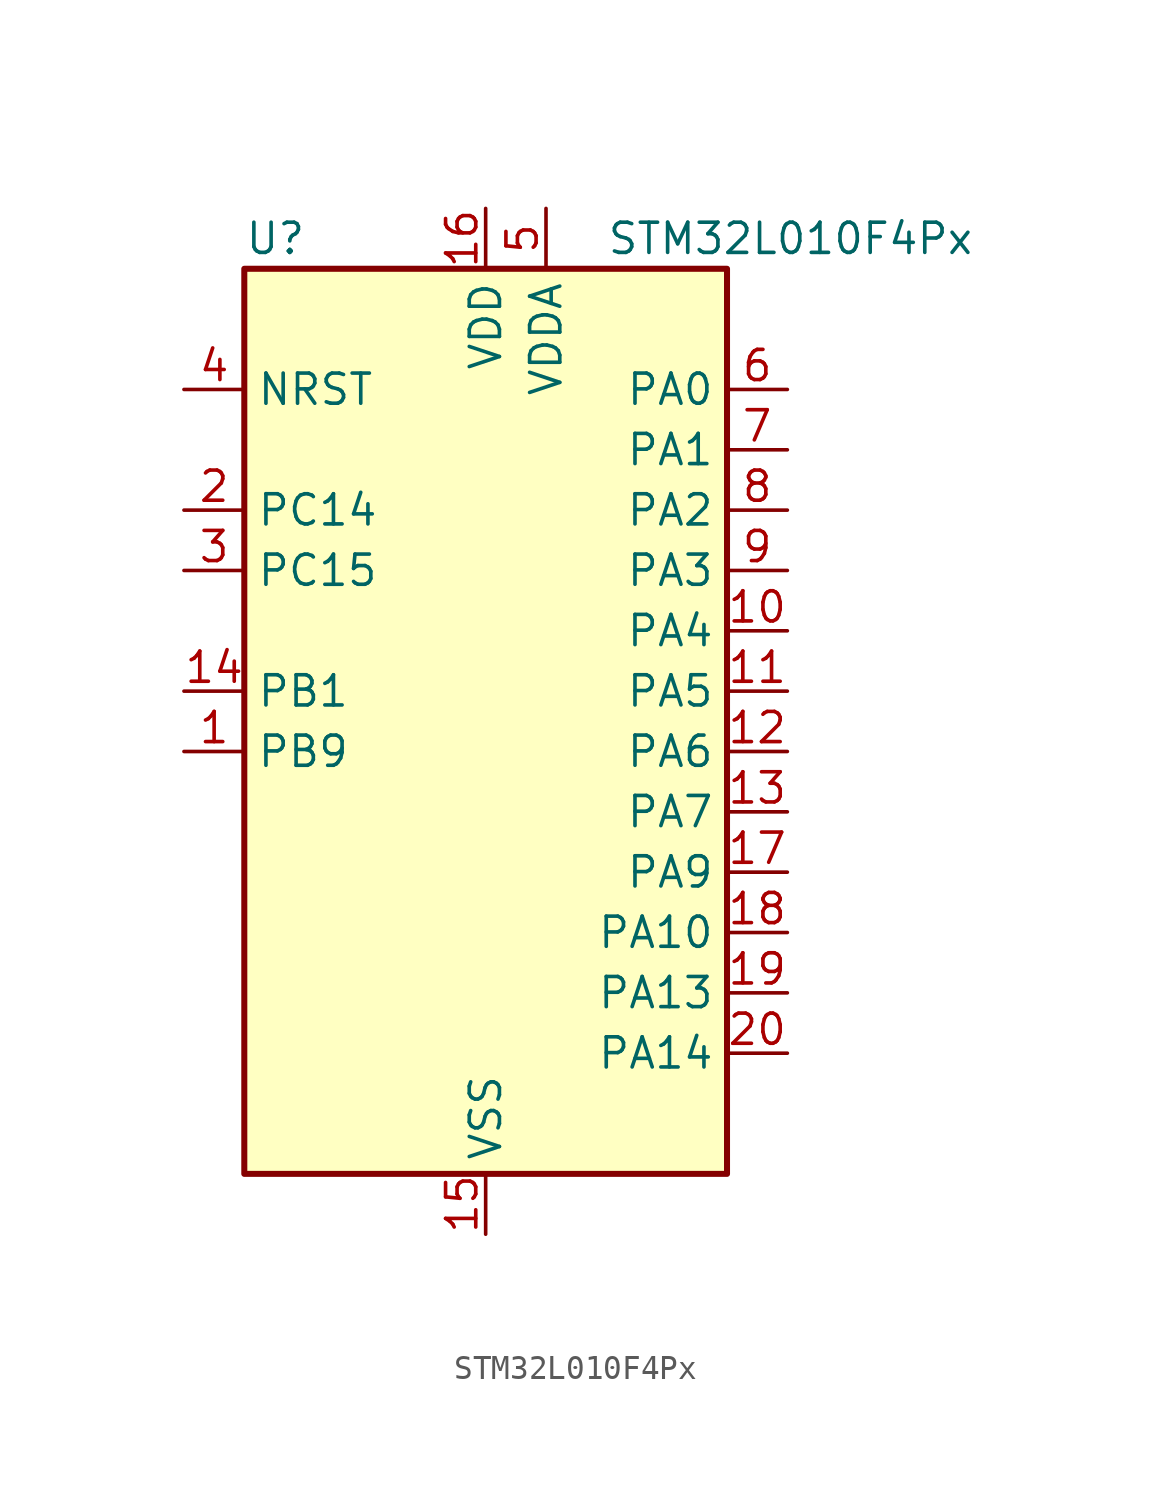
<source format=kicad_sym>
(kicad_symbol_lib
  (version 20241209)
  (generator "kicad_symbol_editor")
  (generator_version "9.0")
  (symbol "STM32L010F4Px"
    (property "Reference" "U"
      (at -10.16 21.59 0)
      (effects (font (size 1.27 1.27)) (justify left)))
    (property "Value" "STM32L010F4Px"
      (at 5.08 21.59 0)
      (effects (font (size 1.27 1.27)) (justify left)))
    (symbol "STM32L010F4Px_0_1"
      (rectangle (start -10.16 -17.78) (end 10.16 20.32) (stroke (width 0.254) (type default)) (fill (type background))))
    (symbol "STM32L010F4Px_1_1"
      (pin input line (at -12.7 15.24 0) (length 2.54) (name "NRST" (effects (font (size 1.27 1.27)))) (number "4" (effects (font (size 1.27 1.27)))))
      (pin bidirectional line (at -12.7 10.16 0) (length 2.54) (name "PC14" (effects (font (size 1.27 1.27)))) (number "2" (effects (font (size 1.27 1.27)))) (alternate "RCC_OSC32_IN" bidirectional line))
      (pin bidirectional line (at -12.7 7.62 0) (length 2.54) (name "PC15" (effects (font (size 1.27 1.27)))) (number "3" (effects (font (size 1.27 1.27)))) (alternate "RCC_OSC32_OUT" bidirectional line))
      (pin bidirectional line (at -12.7 2.54 0) (length 2.54) (name "PB1" (effects (font (size 1.27 1.27)))) (number "14" (effects (font (size 1.27 1.27)))) (alternate "ADC_IN9" bidirectional line) (alternate "LPTIM1_IN1" bidirectional line) (alternate "LPUART1_DE" bidirectional line) (alternate "LPUART1_RTS" bidirectional line) (alternate "SPI1_MOSI" bidirectional line) (alternate "SYS_VREF_OUT_PB1" bidirectional line) (alternate "TIM2_CH4" bidirectional line) (alternate "USART2_CK" bidirectional line))
      (pin bidirectional line (at -12.7 0 0) (length 2.54) (name "PB9" (effects (font (size 1.27 1.27)))) (number "1" (effects (font (size 1.27 1.27)))))
      (pin power_in line (at 0 22.86 270) (length 2.54) (name "VDD" (effects (font (size 1.27 1.27)))) (number "16" (effects (font (size 1.27 1.27)))))
      (pin power_in line (at 0 -20.32 90) (length 2.54) (name "VSS" (effects (font (size 1.27 1.27)))) (number "15" (effects (font (size 1.27 1.27)))))
      (pin power_in line (at 2.54 22.86 270) (length 2.54) (name "VDDA" (effects (font (size 1.27 1.27)))) (number "5" (effects (font (size 1.27 1.27)))))
      (pin bidirectional line (at 12.7 15.24 180) (length 2.54) (name "PA0" (effects (font (size 1.27 1.27)))) (number "6" (effects (font (size 1.27 1.27)))) (alternate "ADC_IN0" bidirectional line) (alternate "LPTIM1_IN1" bidirectional line) (alternate "LPUART1_RX" bidirectional line) (alternate "RCC_CK_IN" bidirectional line) (alternate "RTC_TAMP2" bidirectional line) (alternate "SYS_WKUP1" bidirectional line) (alternate "TIM2_CH1" bidirectional line) (alternate "TIM2_ETR" bidirectional line) (alternate "USART2_CTS" bidirectional line) (alternate "USART2_RX" bidirectional line))
      (pin bidirectional line (at 12.7 12.7 180) (length 2.54) (name "PA1" (effects (font (size 1.27 1.27)))) (number "7" (effects (font (size 1.27 1.27)))) (alternate "ADC_IN1" bidirectional line) (alternate "I2C1_SMBA" bidirectional line) (alternate "LPTIM1_IN2" bidirectional line) (alternate "LPUART1_TX" bidirectional line) (alternate "TIM21_ETR" bidirectional line) (alternate "TIM2_CH2" bidirectional line) (alternate "USART2_DE" bidirectional line) (alternate "USART2_RTS" bidirectional line))
      (pin bidirectional line (at 12.7 10.16 180) (length 2.54) (name "PA2" (effects (font (size 1.27 1.27)))) (number "8" (effects (font (size 1.27 1.27)))) (alternate "ADC_IN2" bidirectional line) (alternate "LPUART1_TX" bidirectional line) (alternate "RTC_OUT_ALARM" bidirectional line) (alternate "RTC_OUT_CALIB" bidirectional line) (alternate "RTC_TAMP3" bidirectional line) (alternate "RTC_TS" bidirectional line) (alternate "SYS_WKUP3" bidirectional line) (alternate "TIM21_CH1" bidirectional line) (alternate "TIM2_CH3" bidirectional line) (alternate "USART2_TX" bidirectional line))
      (pin bidirectional line (at 12.7 7.62 180) (length 2.54) (name "PA3" (effects (font (size 1.27 1.27)))) (number "9" (effects (font (size 1.27 1.27)))) (alternate "ADC_IN3" bidirectional line) (alternate "LPUART1_RX" bidirectional line) (alternate "TIM21_CH2" bidirectional line) (alternate "TIM2_CH4" bidirectional line) (alternate "USART2_RX" bidirectional line))
      (pin bidirectional line (at 12.7 5.08 180) (length 2.54) (name "PA4" (effects (font (size 1.27 1.27)))) (number "10" (effects (font (size 1.27 1.27)))) (alternate "ADC_IN4" bidirectional line) (alternate "I2C1_SCL" bidirectional line) (alternate "LPTIM1_ETR" bidirectional line) (alternate "LPTIM1_IN1" bidirectional line) (alternate "LPUART1_TX" bidirectional line) (alternate "SPI1_NSS" bidirectional line) (alternate "TIM2_ETR" bidirectional line) (alternate "USART2_CK" bidirectional line))
      (pin bidirectional line (at 12.7 2.54 180) (length 2.54) (name "PA5" (effects (font (size 1.27 1.27)))) (number "11" (effects (font (size 1.27 1.27)))) (alternate "ADC_IN5" bidirectional line) (alternate "LPTIM1_IN2" bidirectional line) (alternate "SPI1_SCK" bidirectional line) (alternate "TIM2_CH1" bidirectional line) (alternate "TIM2_ETR" bidirectional line))
      (pin bidirectional line (at 12.7 0 180) (length 2.54) (name "PA6" (effects (font (size 1.27 1.27)))) (number "12" (effects (font (size 1.27 1.27)))) (alternate "ADC_IN6" bidirectional line) (alternate "LPTIM1_ETR" bidirectional line) (alternate "LPUART1_CTS" bidirectional line) (alternate "SPI1_MISO" bidirectional line))
      (pin bidirectional line (at 12.7 -2.54 180) (length 2.54) (name "PA7" (effects (font (size 1.27 1.27)))) (number "13" (effects (font (size 1.27 1.27)))) (alternate "ADC_IN7" bidirectional line) (alternate "LPTIM1_OUT" bidirectional line) (alternate "SPI1_MOSI" bidirectional line) (alternate "TIM21_ETR" bidirectional line) (alternate "USART2_CTS" bidirectional line))
      (pin bidirectional line (at 12.7 -5.08 180) (length 2.54) (name "PA9" (effects (font (size 1.27 1.27)))) (number "17" (effects (font (size 1.27 1.27)))) (alternate "I2C1_SCL" bidirectional line) (alternate "LPTIM1_OUT" bidirectional line) (alternate "RCC_MCO" bidirectional line) (alternate "TIM21_CH2" bidirectional line) (alternate "USART2_TX" bidirectional line))
      (pin bidirectional line (at 12.7 -7.62 180) (length 2.54) (name "PA10" (effects (font (size 1.27 1.27)))) (number "18" (effects (font (size 1.27 1.27)))) (alternate "I2C1_SDA" bidirectional line) (alternate "RTC_REFIN" bidirectional line) (alternate "TIM21_CH1" bidirectional line) (alternate "TIM2_CH3" bidirectional line) (alternate "USART2_RX" bidirectional line))
      (pin bidirectional line (at 12.7 -10.16 180) (length 2.54) (name "PA13" (effects (font (size 1.27 1.27)))) (number "19" (effects (font (size 1.27 1.27)))) (alternate "I2C1_SDA" bidirectional line) (alternate "LPTIM1_ETR" bidirectional line) (alternate "LPUART1_RX" bidirectional line) (alternate "SPI1_SCK" bidirectional line) (alternate "SYS_SWDIO" bidirectional line))
      (pin bidirectional line (at 12.7 -12.7 180) (length 2.54) (name "PA14" (effects (font (size 1.27 1.27)))) (number "20" (effects (font (size 1.27 1.27)))) (alternate "I2C1_SMBA" bidirectional line) (alternate "LPTIM1_OUT" bidirectional line) (alternate "LPUART1_TX" bidirectional line) (alternate "SPI1_MISO" bidirectional line) (alternate "SYS_SWCLK" bidirectional line) (alternate "USART2_TX" bidirectional line)))))
</source>
